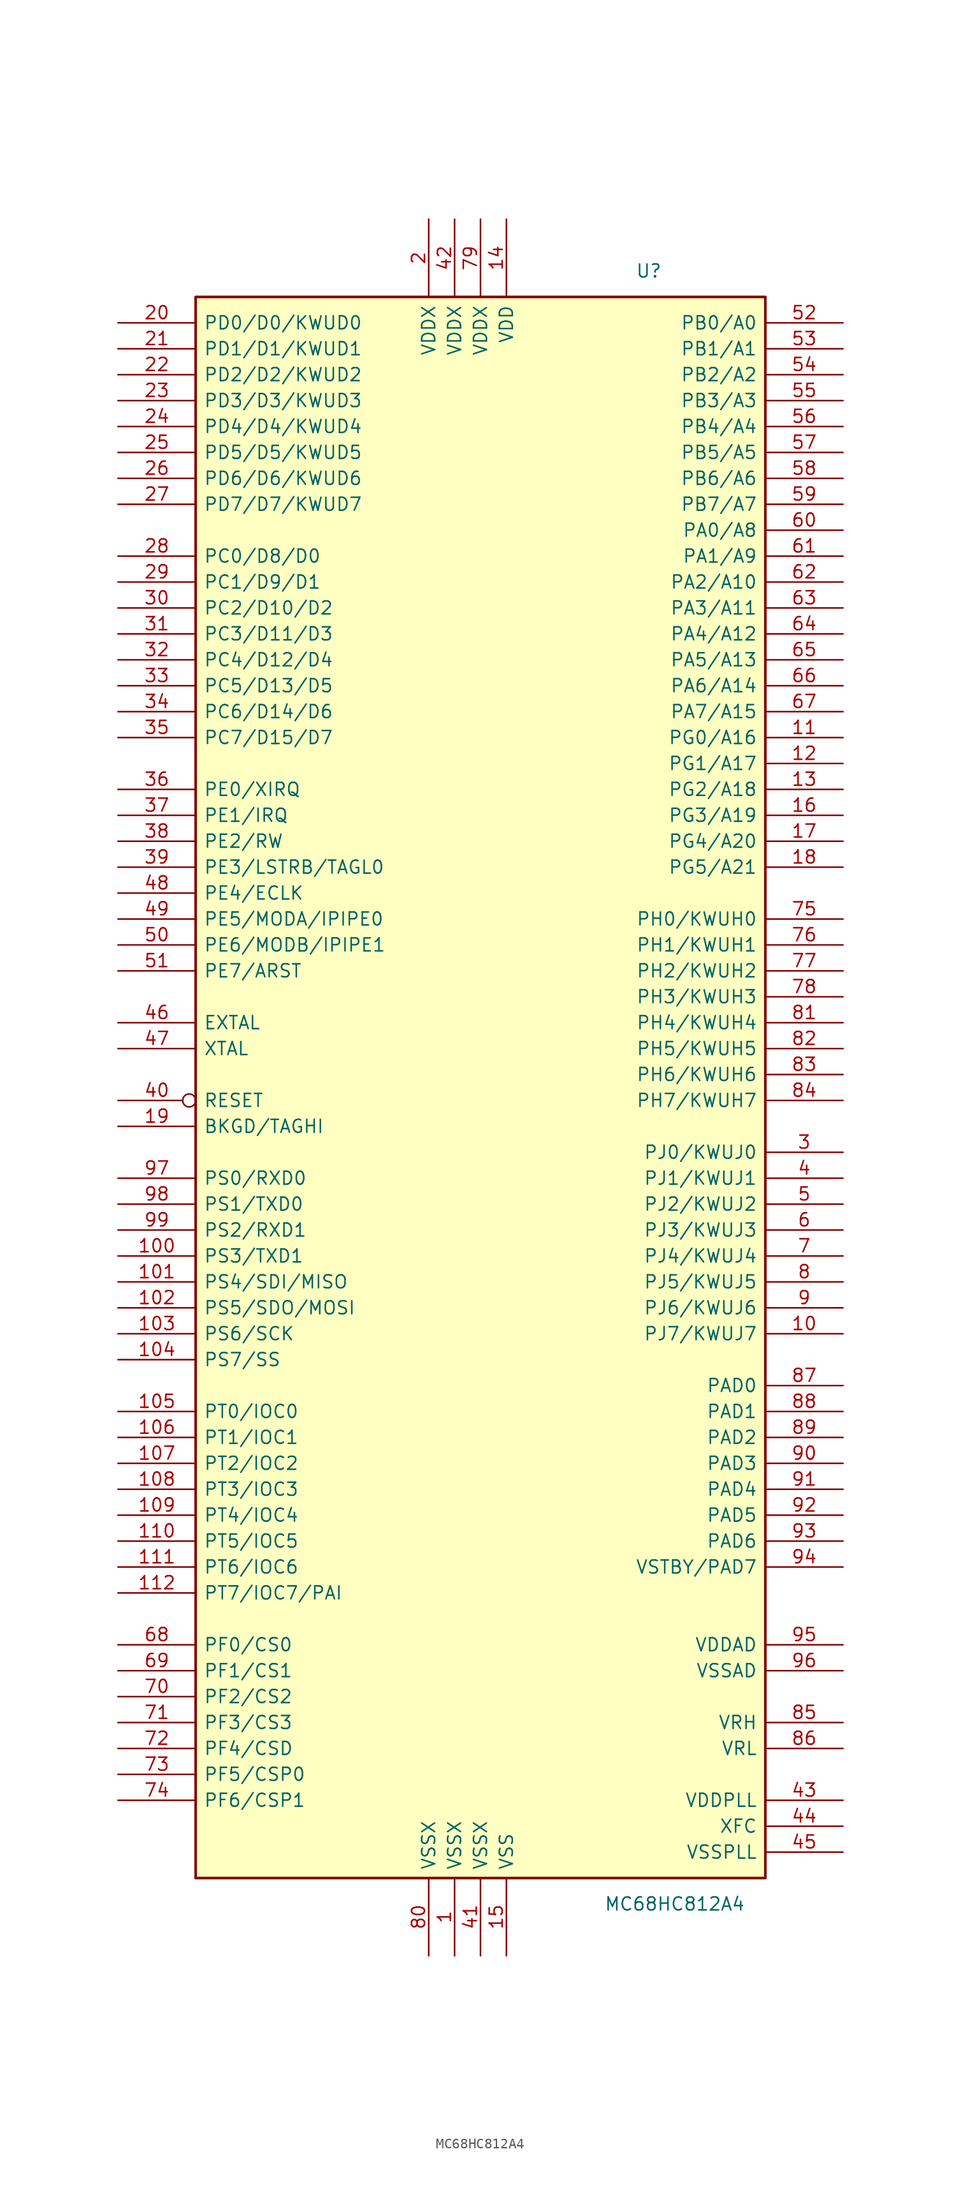
<source format=kicad_sym>
(kicad_symbol_lib
  (version 20220914)
  (generator kicad_symbol_editor)
  (symbol "MC68HC812A4"
    (pin_names
      (offset 0.762))
    (property "Reference" "U"
      (at 16.51 86.36 0)
      (effects (font (size 1.27 1.27))))
    (property "Value" "MC68HC812A4"
      (at 19.05 -73.66 0)
      (effects (font (size 1.27 1.27))))
    (symbol "MC68HC812A4_0_1"
      (rectangle (start -27.94 83.82) (end 27.94 -71.12) (stroke (width 0.254) (type default)) (fill (type background))))
    (symbol "MC68HC812A4_1_1"
      (pin power_in line (at -2.54 -78.74 90) (length 7.62) (name "VSSX" (effects (font (size 1.27 1.27)))) (number "1" (effects (font (size 1.27 1.27)))))
      (pin bidirectional line (at 35.56 -17.78 180) (length 7.62) (name "PJ7/KWUJ7" (effects (font (size 1.27 1.27)))) (number "10" (effects (font (size 1.27 1.27)))))
      (pin bidirectional line (at -35.56 -10.16 0) (length 7.62) (name "PS3/TXD1" (effects (font (size 1.27 1.27)))) (number "100" (effects (font (size 1.27 1.27)))))
      (pin bidirectional line (at -35.56 -12.7 0) (length 7.62) (name "PS4/SDI/MISO" (effects (font (size 1.27 1.27)))) (number "101" (effects (font (size 1.27 1.27)))))
      (pin bidirectional line (at -35.56 -15.24 0) (length 7.62) (name "PS5/SDO/MOSI" (effects (font (size 1.27 1.27)))) (number "102" (effects (font (size 1.27 1.27)))))
      (pin bidirectional line (at -35.56 -17.78 0) (length 7.62) (name "PS6/SCK" (effects (font (size 1.27 1.27)))) (number "103" (effects (font (size 1.27 1.27)))))
      (pin bidirectional line (at -35.56 -20.32 0) (length 7.62) (name "PS7/SS" (effects (font (size 1.27 1.27)))) (number "104" (effects (font (size 1.27 1.27)))))
      (pin bidirectional line (at -35.56 -25.4 0) (length 7.62) (name "PT0/IOC0" (effects (font (size 1.27 1.27)))) (number "105" (effects (font (size 1.27 1.27)))))
      (pin bidirectional line (at -35.56 -27.94 0) (length 7.62) (name "PT1/IOC1" (effects (font (size 1.27 1.27)))) (number "106" (effects (font (size 1.27 1.27)))))
      (pin bidirectional line (at -35.56 -30.48 0) (length 7.62) (name "PT2/IOC2" (effects (font (size 1.27 1.27)))) (number "107" (effects (font (size 1.27 1.27)))))
      (pin bidirectional line (at -35.56 -33.02 0) (length 7.62) (name "PT3/IOC3" (effects (font (size 1.27 1.27)))) (number "108" (effects (font (size 1.27 1.27)))))
      (pin bidirectional line (at -35.56 -35.56 0) (length 7.62) (name "PT4/IOC4" (effects (font (size 1.27 1.27)))) (number "109" (effects (font (size 1.27 1.27)))))
      (pin bidirectional line (at 35.56 40.64 180) (length 7.62) (name "PG0/A16" (effects (font (size 1.27 1.27)))) (number "11" (effects (font (size 1.27 1.27)))))
      (pin bidirectional line (at -35.56 -38.1 0) (length 7.62) (name "PT5/IOC5" (effects (font (size 1.27 1.27)))) (number "110" (effects (font (size 1.27 1.27)))))
      (pin bidirectional line (at -35.56 -40.64 0) (length 7.62) (name "PT6/IOC6" (effects (font (size 1.27 1.27)))) (number "111" (effects (font (size 1.27 1.27)))))
      (pin bidirectional line (at -35.56 -43.18 0) (length 7.62) (name "PT7/IOC7/PAI" (effects (font (size 1.27 1.27)))) (number "112" (effects (font (size 1.27 1.27)))))
      (pin bidirectional line (at 35.56 38.1 180) (length 7.62) (name "PG1/A17" (effects (font (size 1.27 1.27)))) (number "12" (effects (font (size 1.27 1.27)))))
      (pin bidirectional line (at 35.56 35.56 180) (length 7.62) (name "PG2/A18" (effects (font (size 1.27 1.27)))) (number "13" (effects (font (size 1.27 1.27)))))
      (pin power_in line (at 2.54 91.44 270) (length 7.62) (name "VDD" (effects (font (size 1.27 1.27)))) (number "14" (effects (font (size 1.27 1.27)))))
      (pin power_in line (at 2.54 -78.74 90) (length 7.62) (name "VSS" (effects (font (size 1.27 1.27)))) (number "15" (effects (font (size 1.27 1.27)))))
      (pin bidirectional line (at 35.56 33.02 180) (length 7.62) (name "PG3/A19" (effects (font (size 1.27 1.27)))) (number "16" (effects (font (size 1.27 1.27)))))
      (pin bidirectional line (at 35.56 30.48 180) (length 7.62) (name "PG4/A20" (effects (font (size 1.27 1.27)))) (number "17" (effects (font (size 1.27 1.27)))))
      (pin bidirectional line (at 35.56 27.94 180) (length 7.62) (name "PG5/A21" (effects (font (size 1.27 1.27)))) (number "18" (effects (font (size 1.27 1.27)))))
      (pin bidirectional line (at -35.56 2.54 0) (length 7.62) (name "BKGD/TAGHI" (effects (font (size 1.27 1.27)))) (number "19" (effects (font (size 1.27 1.27)))))
      (pin power_in line (at -5.08 91.44 270) (length 7.62) (name "VDDX" (effects (font (size 1.27 1.27)))) (number "2" (effects (font (size 1.27 1.27)))))
      (pin bidirectional line (at -35.56 81.28 0) (length 7.62) (name "PD0/D0/KWUD0" (effects (font (size 1.27 1.27)))) (number "20" (effects (font (size 1.27 1.27)))))
      (pin bidirectional line (at -35.56 78.74 0) (length 7.62) (name "PD1/D1/KWUD1" (effects (font (size 1.27 1.27)))) (number "21" (effects (font (size 1.27 1.27)))))
      (pin bidirectional line (at -35.56 76.2 0) (length 7.62) (name "PD2/D2/KWUD2" (effects (font (size 1.27 1.27)))) (number "22" (effects (font (size 1.27 1.27)))))
      (pin bidirectional line (at -35.56 73.66 0) (length 7.62) (name "PD3/D3/KWUD3" (effects (font (size 1.27 1.27)))) (number "23" (effects (font (size 1.27 1.27)))))
      (pin bidirectional line (at -35.56 71.12 0) (length 7.62) (name "PD4/D4/KWUD4" (effects (font (size 1.27 1.27)))) (number "24" (effects (font (size 1.27 1.27)))))
      (pin bidirectional line (at -35.56 68.58 0) (length 7.62) (name "PD5/D5/KWUD5" (effects (font (size 1.27 1.27)))) (number "25" (effects (font (size 1.27 1.27)))))
      (pin bidirectional line (at -35.56 66.04 0) (length 7.62) (name "PD6/D6/KWUD6" (effects (font (size 1.27 1.27)))) (number "26" (effects (font (size 1.27 1.27)))))
      (pin bidirectional line (at -35.56 63.5 0) (length 7.62) (name "PD7/D7/KWUD7" (effects (font (size 1.27 1.27)))) (number "27" (effects (font (size 1.27 1.27)))))
      (pin bidirectional line (at -35.56 58.42 0) (length 7.62) (name "PC0/D8/D0" (effects (font (size 1.27 1.27)))) (number "28" (effects (font (size 1.27 1.27)))))
      (pin bidirectional line (at -35.56 55.88 0) (length 7.62) (name "PC1/D9/D1" (effects (font (size 1.27 1.27)))) (number "29" (effects (font (size 1.27 1.27)))))
      (pin bidirectional line (at 35.56 0 180) (length 7.62) (name "PJ0/KWUJ0" (effects (font (size 1.27 1.27)))) (number "3" (effects (font (size 1.27 1.27)))))
      (pin bidirectional line (at -35.56 53.34 0) (length 7.62) (name "PC2/D10/D2" (effects (font (size 1.27 1.27)))) (number "30" (effects (font (size 1.27 1.27)))))
      (pin bidirectional line (at -35.56 50.8 0) (length 7.62) (name "PC3/D11/D3" (effects (font (size 1.27 1.27)))) (number "31" (effects (font (size 1.27 1.27)))))
      (pin bidirectional line (at -35.56 48.26 0) (length 7.62) (name "PC4/D12/D4" (effects (font (size 1.27 1.27)))) (number "32" (effects (font (size 1.27 1.27)))))
      (pin bidirectional line (at -35.56 45.72 0) (length 7.62) (name "PC5/D13/D5" (effects (font (size 1.27 1.27)))) (number "33" (effects (font (size 1.27 1.27)))))
      (pin bidirectional line (at -35.56 43.18 0) (length 7.62) (name "PC6/D14/D6" (effects (font (size 1.27 1.27)))) (number "34" (effects (font (size 1.27 1.27)))))
      (pin bidirectional line (at -35.56 40.64 0) (length 7.62) (name "PC7/D15/D7" (effects (font (size 1.27 1.27)))) (number "35" (effects (font (size 1.27 1.27)))))
      (pin input line (at -35.56 35.56 0) (length 7.62) (name "PE0/XIRQ" (effects (font (size 1.27 1.27)))) (number "36" (effects (font (size 1.27 1.27)))))
      (pin input line (at -35.56 33.02 0) (length 7.62) (name "PE1/IRQ" (effects (font (size 1.27 1.27)))) (number "37" (effects (font (size 1.27 1.27)))))
      (pin bidirectional line (at -35.56 30.48 0) (length 7.62) (name "PE2/RW" (effects (font (size 1.27 1.27)))) (number "38" (effects (font (size 1.27 1.27)))))
      (pin bidirectional line (at -35.56 27.94 0) (length 7.62) (name "PE3/LSTRB/TAGL0" (effects (font (size 1.27 1.27)))) (number "39" (effects (font (size 1.27 1.27)))))
      (pin bidirectional line (at 35.56 -2.54 180) (length 7.62) (name "PJ1/KWUJ1" (effects (font (size 1.27 1.27)))) (number "4" (effects (font (size 1.27 1.27)))))
      (pin bidirectional inverted (at -35.56 5.08 0) (length 7.62) (name "RESET" (effects (font (size 1.27 1.27)))) (number "40" (effects (font (size 1.27 1.27)))))
      (pin power_in line (at 0 -78.74 90) (length 7.62) (name "VSSX" (effects (font (size 1.27 1.27)))) (number "41" (effects (font (size 1.27 1.27)))))
      (pin power_in line (at -2.54 91.44 270) (length 7.62) (name "VDDX" (effects (font (size 1.27 1.27)))) (number "42" (effects (font (size 1.27 1.27)))))
      (pin input line (at 35.56 -63.5 180) (length 7.62) (name "VDDPLL" (effects (font (size 1.27 1.27)))) (number "43" (effects (font (size 1.27 1.27)))))
      (pin passive line (at 35.56 -66.04 180) (length 7.62) (name "XFC" (effects (font (size 1.27 1.27)))) (number "44" (effects (font (size 1.27 1.27)))))
      (pin input line (at 35.56 -68.58 180) (length 7.62) (name "VSSPLL" (effects (font (size 1.27 1.27)))) (number "45" (effects (font (size 1.27 1.27)))))
      (pin input line (at -35.56 12.7 0) (length 7.62) (name "EXTAL" (effects (font (size 1.27 1.27)))) (number "46" (effects (font (size 1.27 1.27)))))
      (pin output line (at -35.56 10.16 0) (length 7.62) (name "XTAL" (effects (font (size 1.27 1.27)))) (number "47" (effects (font (size 1.27 1.27)))))
      (pin bidirectional line (at -35.56 25.4 0) (length 7.62) (name "PE4/ECLK" (effects (font (size 1.27 1.27)))) (number "48" (effects (font (size 1.27 1.27)))))
      (pin bidirectional line (at -35.56 22.86 0) (length 7.62) (name "PE5/MODA/IPIPE0" (effects (font (size 1.27 1.27)))) (number "49" (effects (font (size 1.27 1.27)))))
      (pin bidirectional line (at 35.56 -5.08 180) (length 7.62) (name "PJ2/KWUJ2" (effects (font (size 1.27 1.27)))) (number "5" (effects (font (size 1.27 1.27)))))
      (pin bidirectional line (at -35.56 20.32 0) (length 7.62) (name "PE6/MODB/IPIPE1" (effects (font (size 1.27 1.27)))) (number "50" (effects (font (size 1.27 1.27)))))
      (pin bidirectional line (at -35.56 17.78 0) (length 7.62) (name "PE7/ARST" (effects (font (size 1.27 1.27)))) (number "51" (effects (font (size 1.27 1.27)))))
      (pin bidirectional line (at 35.56 81.28 180) (length 7.62) (name "PB0/A0" (effects (font (size 1.27 1.27)))) (number "52" (effects (font (size 1.27 1.27)))))
      (pin bidirectional line (at 35.56 78.74 180) (length 7.62) (name "PB1/A1" (effects (font (size 1.27 1.27)))) (number "53" (effects (font (size 1.27 1.27)))))
      (pin bidirectional line (at 35.56 76.2 180) (length 7.62) (name "PB2/A2" (effects (font (size 1.27 1.27)))) (number "54" (effects (font (size 1.27 1.27)))))
      (pin bidirectional line (at 35.56 73.66 180) (length 7.62) (name "PB3/A3" (effects (font (size 1.27 1.27)))) (number "55" (effects (font (size 1.27 1.27)))))
      (pin bidirectional line (at 35.56 71.12 180) (length 7.62) (name "PB4/A4" (effects (font (size 1.27 1.27)))) (number "56" (effects (font (size 1.27 1.27)))))
      (pin bidirectional line (at 35.56 68.58 180) (length 7.62) (name "PB5/A5" (effects (font (size 1.27 1.27)))) (number "57" (effects (font (size 1.27 1.27)))))
      (pin bidirectional line (at 35.56 66.04 180) (length 7.62) (name "PB6/A6" (effects (font (size 1.27 1.27)))) (number "58" (effects (font (size 1.27 1.27)))))
      (pin bidirectional line (at 35.56 63.5 180) (length 7.62) (name "PB7/A7" (effects (font (size 1.27 1.27)))) (number "59" (effects (font (size 1.27 1.27)))))
      (pin bidirectional line (at 35.56 -7.62 180) (length 7.62) (name "PJ3/KWUJ3" (effects (font (size 1.27 1.27)))) (number "6" (effects (font (size 1.27 1.27)))))
      (pin bidirectional line (at 35.56 60.96 180) (length 7.62) (name "PA0/A8" (effects (font (size 1.27 1.27)))) (number "60" (effects (font (size 1.27 1.27)))))
      (pin bidirectional line (at 35.56 58.42 180) (length 7.62) (name "PA1/A9" (effects (font (size 1.27 1.27)))) (number "61" (effects (font (size 1.27 1.27)))))
      (pin bidirectional line (at 35.56 55.88 180) (length 7.62) (name "PA2/A10" (effects (font (size 1.27 1.27)))) (number "62" (effects (font (size 1.27 1.27)))))
      (pin bidirectional line (at 35.56 53.34 180) (length 7.62) (name "PA3/A11" (effects (font (size 1.27 1.27)))) (number "63" (effects (font (size 1.27 1.27)))))
      (pin bidirectional line (at 35.56 50.8 180) (length 7.62) (name "PA4/A12" (effects (font (size 1.27 1.27)))) (number "64" (effects (font (size 1.27 1.27)))))
      (pin bidirectional line (at 35.56 48.26 180) (length 7.62) (name "PA5/A13" (effects (font (size 1.27 1.27)))) (number "65" (effects (font (size 1.27 1.27)))))
      (pin bidirectional line (at 35.56 45.72 180) (length 7.62) (name "PA6/A14" (effects (font (size 1.27 1.27)))) (number "66" (effects (font (size 1.27 1.27)))))
      (pin bidirectional line (at 35.56 43.18 180) (length 7.62) (name "PA7/A15" (effects (font (size 1.27 1.27)))) (number "67" (effects (font (size 1.27 1.27)))))
      (pin bidirectional line (at -35.56 -48.26 0) (length 7.62) (name "PF0/CS0" (effects (font (size 1.27 1.27)))) (number "68" (effects (font (size 1.27 1.27)))))
      (pin bidirectional line (at -35.56 -50.8 0) (length 7.62) (name "PF1/CS1" (effects (font (size 1.27 1.27)))) (number "69" (effects (font (size 1.27 1.27)))))
      (pin bidirectional line (at 35.56 -10.16 180) (length 7.62) (name "PJ4/KWUJ4" (effects (font (size 1.27 1.27)))) (number "7" (effects (font (size 1.27 1.27)))))
      (pin bidirectional line (at -35.56 -53.34 0) (length 7.62) (name "PF2/CS2" (effects (font (size 1.27 1.27)))) (number "70" (effects (font (size 1.27 1.27)))))
      (pin bidirectional line (at -35.56 -55.88 0) (length 7.62) (name "PF3/CS3" (effects (font (size 1.27 1.27)))) (number "71" (effects (font (size 1.27 1.27)))))
      (pin bidirectional line (at -35.56 -58.42 0) (length 7.62) (name "PF4/CSD" (effects (font (size 1.27 1.27)))) (number "72" (effects (font (size 1.27 1.27)))))
      (pin bidirectional line (at -35.56 -60.96 0) (length 7.62) (name "PF5/CSP0" (effects (font (size 1.27 1.27)))) (number "73" (effects (font (size 1.27 1.27)))))
      (pin bidirectional line (at -35.56 -63.5 0) (length 7.62) (name "PF6/CSP1" (effects (font (size 1.27 1.27)))) (number "74" (effects (font (size 1.27 1.27)))))
      (pin bidirectional line (at 35.56 22.86 180) (length 7.62) (name "PH0/KWUH0" (effects (font (size 1.27 1.27)))) (number "75" (effects (font (size 1.27 1.27)))))
      (pin bidirectional line (at 35.56 20.32 180) (length 7.62) (name "PH1/KWUH1" (effects (font (size 1.27 1.27)))) (number "76" (effects (font (size 1.27 1.27)))))
      (pin bidirectional line (at 35.56 17.78 180) (length 7.62) (name "PH2/KWUH2" (effects (font (size 1.27 1.27)))) (number "77" (effects (font (size 1.27 1.27)))))
      (pin bidirectional line (at 35.56 15.24 180) (length 7.62) (name "PH3/KWUH3" (effects (font (size 1.27 1.27)))) (number "78" (effects (font (size 1.27 1.27)))))
      (pin power_in line (at 0 91.44 270) (length 7.62) (name "VDDX" (effects (font (size 1.27 1.27)))) (number "79" (effects (font (size 1.27 1.27)))))
      (pin bidirectional line (at 35.56 -12.7 180) (length 7.62) (name "PJ5/KWUJ5" (effects (font (size 1.27 1.27)))) (number "8" (effects (font (size 1.27 1.27)))))
      (pin power_in line (at -5.08 -78.74 90) (length 7.62) (name "VSSX" (effects (font (size 1.27 1.27)))) (number "80" (effects (font (size 1.27 1.27)))))
      (pin bidirectional line (at 35.56 12.7 180) (length 7.62) (name "PH4/KWUH4" (effects (font (size 1.27 1.27)))) (number "81" (effects (font (size 1.27 1.27)))))
      (pin bidirectional line (at 35.56 10.16 180) (length 7.62) (name "PH5/KWUH5" (effects (font (size 1.27 1.27)))) (number "82" (effects (font (size 1.27 1.27)))))
      (pin bidirectional line (at 35.56 7.62 180) (length 7.62) (name "PH6/KWUH6" (effects (font (size 1.27 1.27)))) (number "83" (effects (font (size 1.27 1.27)))))
      (pin bidirectional line (at 35.56 5.08 180) (length 7.62) (name "PH7/KWUH7" (effects (font (size 1.27 1.27)))) (number "84" (effects (font (size 1.27 1.27)))))
      (pin input line (at 35.56 -55.88 180) (length 7.62) (name "VRH" (effects (font (size 1.27 1.27)))) (number "85" (effects (font (size 1.27 1.27)))))
      (pin input line (at 35.56 -58.42 180) (length 7.62) (name "VRL" (effects (font (size 1.27 1.27)))) (number "86" (effects (font (size 1.27 1.27)))))
      (pin input line (at 35.56 -22.86 180) (length 7.62) (name "PAD0" (effects (font (size 1.27 1.27)))) (number "87" (effects (font (size 1.27 1.27)))))
      (pin input line (at 35.56 -25.4 180) (length 7.62) (name "PAD1" (effects (font (size 1.27 1.27)))) (number "88" (effects (font (size 1.27 1.27)))))
      (pin input line (at 35.56 -27.94 180) (length 7.62) (name "PAD2" (effects (font (size 1.27 1.27)))) (number "89" (effects (font (size 1.27 1.27)))))
      (pin bidirectional line (at 35.56 -15.24 180) (length 7.62) (name "PJ6/KWUJ6" (effects (font (size 1.27 1.27)))) (number "9" (effects (font (size 1.27 1.27)))))
      (pin input line (at 35.56 -30.48 180) (length 7.62) (name "PAD3" (effects (font (size 1.27 1.27)))) (number "90" (effects (font (size 1.27 1.27)))))
      (pin input line (at 35.56 -33.02 180) (length 7.62) (name "PAD4" (effects (font (size 1.27 1.27)))) (number "91" (effects (font (size 1.27 1.27)))))
      (pin input line (at 35.56 -35.56 180) (length 7.62) (name "PAD5" (effects (font (size 1.27 1.27)))) (number "92" (effects (font (size 1.27 1.27)))))
      (pin input line (at 35.56 -38.1 180) (length 7.62) (name "PAD6" (effects (font (size 1.27 1.27)))) (number "93" (effects (font (size 1.27 1.27)))))
      (pin input line (at 35.56 -40.64 180) (length 7.62) (name "VSTBY/PAD7" (effects (font (size 1.27 1.27)))) (number "94" (effects (font (size 1.27 1.27)))))
      (pin input line (at 35.56 -48.26 180) (length 7.62) (name "VDDAD" (effects (font (size 1.27 1.27)))) (number "95" (effects (font (size 1.27 1.27)))))
      (pin input line (at 35.56 -50.8 180) (length 7.62) (name "VSSAD" (effects (font (size 1.27 1.27)))) (number "96" (effects (font (size 1.27 1.27)))))
      (pin bidirectional line (at -35.56 -2.54 0) (length 7.62) (name "PS0/RXD0" (effects (font (size 1.27 1.27)))) (number "97" (effects (font (size 1.27 1.27)))))
      (pin bidirectional line (at -35.56 -5.08 0) (length 7.62) (name "PS1/TXD0" (effects (font (size 1.27 1.27)))) (number "98" (effects (font (size 1.27 1.27)))))
      (pin bidirectional line (at -35.56 -7.62 0) (length 7.62) (name "PS2/RXD1" (effects (font (size 1.27 1.27)))) (number "99" (effects (font (size 1.27 1.27))))))))
</source>
